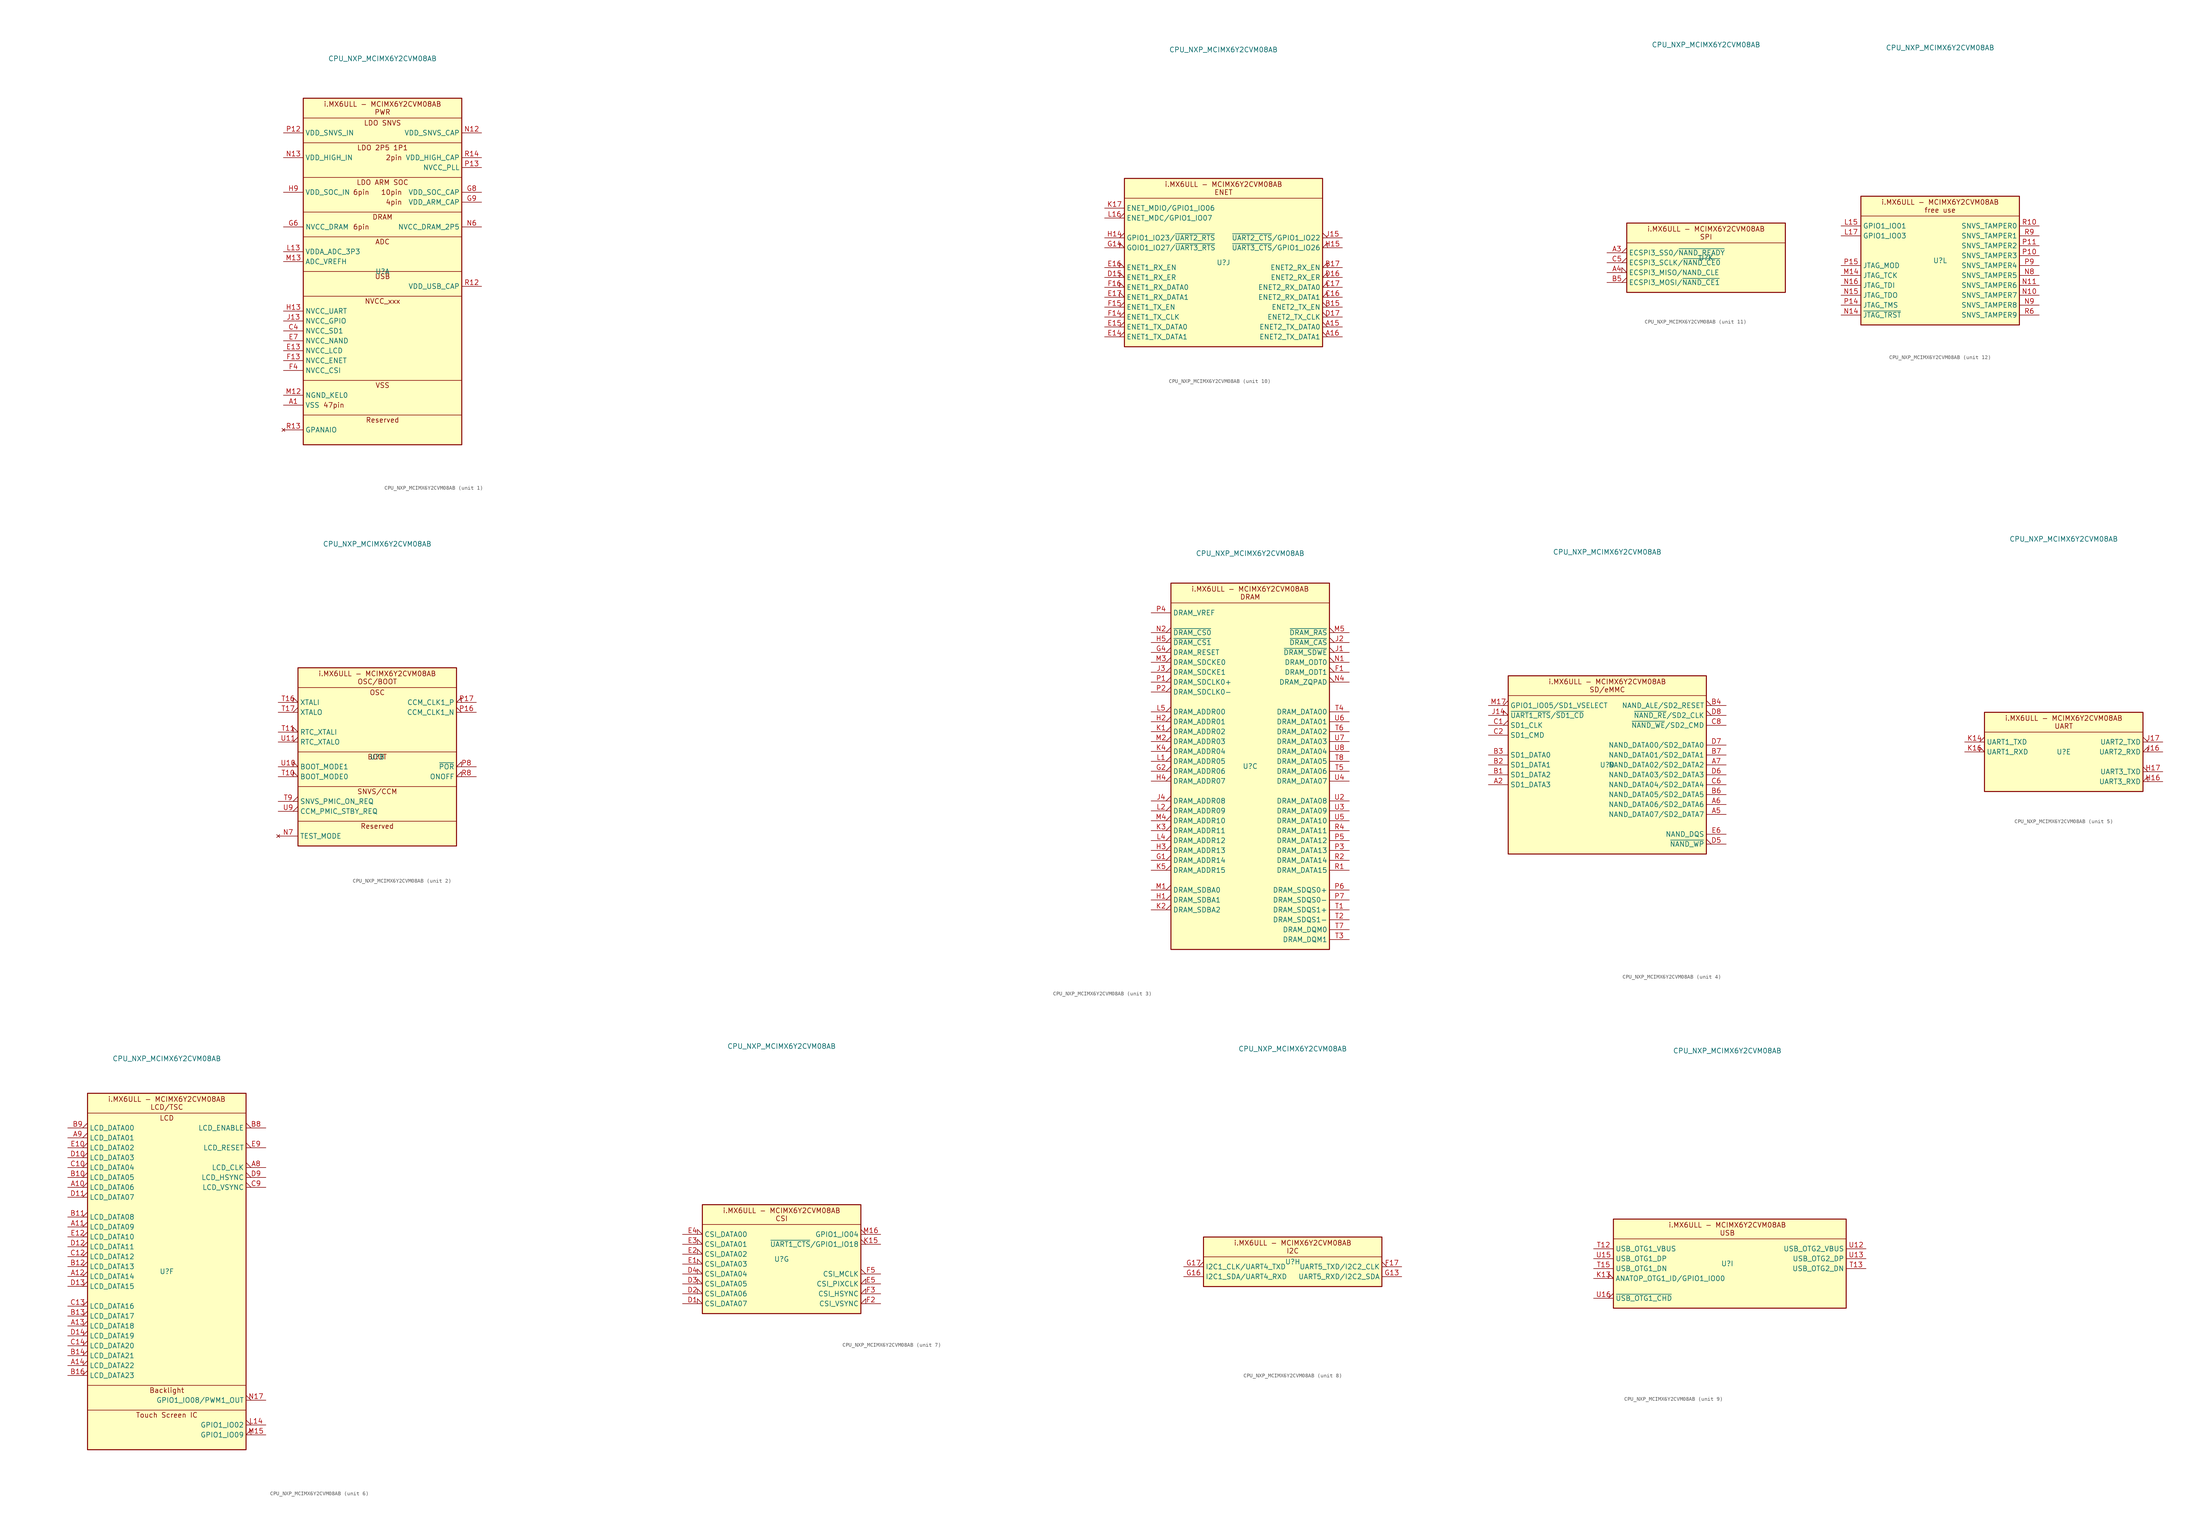
<source format=kicad_sym>
(kicad_symbol_lib
  (version 20231120)
  (generator "kicad_symbol_editor")
  (generator_version "8.0")
  (symbol "CPU_NXP_MCIMX6Y2CVM08AB"
    (property "Reference" "U"
      (at 0 0 0)
      (effects (font (size 1.27 1.27))))
    (property "Value" "CPU_NXP_MCIMX6Y2CVM08AB"
      (at 0 54.61 0)
      (effects (font (size 1.27 1.27))))
    (property "ki_locked" ""
      (at 0 0 0)
      (effects (font (size 1.27 1.27))))
    (symbol "CPU_NXP_MCIMX6Y2CVM08AB_1_1"
      (unit_name "Unit A - PWR")
      (rectangle (start -20.32 44.45) (end 20.32 -44.45) (stroke (width 0.254) (type default)) (fill (type background)))
      (polyline (pts (xy -20.32 -36.83) (xy 20.32 -36.83)) (stroke (width 0) (type default)) (fill (type none)))
      (polyline (pts (xy -20.32 -27.94) (xy 20.32 -27.94)) (stroke (width 0) (type default)) (fill (type none)))
      (polyline (pts (xy -20.32 -6.35) (xy 20.32 -6.35)) (stroke (width 0) (type default)) (fill (type none)))
      (polyline (pts (xy -20.32 0) (xy 20.32 0)) (stroke (width 0) (type default)) (fill (type none)))
      (polyline (pts (xy -20.32 8.89) (xy 20.32 8.89)) (stroke (width 0) (type default)) (fill (type none)))
      (polyline (pts (xy -20.32 15.24) (xy 20.32 15.24)) (stroke (width 0) (type default)) (fill (type none)))
      (polyline (pts (xy -20.32 24.13) (xy 20.32 24.13)) (stroke (width 0) (type default)) (fill (type none)))
      (polyline (pts (xy -20.32 33.02) (xy 20.32 33.02)) (stroke (width 0) (type default)) (fill (type none)))
      (polyline (pts (xy -20.32 39.37) (xy 20.32 39.37)) (stroke (width 0) (type default)) (fill (type none)))
      (text "10pin" (at 5.08 20.32 0) (effects (font (size 1.27 1.27)) (justify right)))
      (text "2pin" (at 5.08 29.21 0) (effects (font (size 1.27 1.27)) (justify right)))
      (text "47pin" (at -15.24 -34.29 0) (effects (font (size 1.27 1.27)) (justify left)))
      (text "4pin" (at 5.08 17.78 0) (effects (font (size 1.27 1.27)) (justify right)))
      (text "6pin" (at -7.62 11.43 0) (effects (font (size 1.27 1.27)) (justify left)))
      (text "6pin" (at -7.62 20.32 0) (effects (font (size 1.27 1.27)) (justify left)))
      (text "ADC" (at 0 7.62 0) (effects (font (size 1.27 1.27))))
      (text "DRAM" (at 0 13.97 0) (effects (font (size 1.27 1.27))))
      (text "i.MX6ULL - MCIMX6Y2CVM08AB\nPWR" (at 0 41.91 0) (effects (font (size 1.27 1.27))))
      (text "LDO 2P5 1P1" (at 0 31.75 0) (effects (font (size 1.27 1.27))))
      (text private "NVCC_DRAM:\n	LPDDR2, 1.2V. DDR3L, 1.35V. DDR3, 1.5V\n\nNVCC_DRAM_2P5:\n	2.5V, Board-level connection to VDD_HIGH_CAP." (at 50.8 38.1 0) (effects (font (size 1.27 1.27)) (justify left top)))
      (text "LDO ARM SOC" (at 0 22.86 0) (effects (font (size 1.27 1.27))))
      (text "LDO SNVS" (at 0 38.1 0) (effects (font (size 1.27 1.27))))
      (text "NVCC_xxx" (at 0 -7.62 0) (effects (font (size 1.27 1.27))))
      (text private "Total: 92 pins." (at -20.32 45.72 0) (effects (font (size 1.27 1.27)) (justify left)))
      (text "Reserved" (at 0 -38.1 0) (effects (font (size 1.27 1.27))))
      (text "USB" (at 0 -1.27 0) (effects (font (size 1.27 1.27))))
      (text private "VDDA_ADC_3P3:\n	must be powered even\n	if the ADC is not used.\nADC_VREFH:\n	tied to VDDA_ADC_3P3.\n\nNGND_KEL0:\n	tied to GND.\n\nGPANIO:\n	reserved, unconnected." (at -76.2 38.1 0) (effects (font (size 1.27 1.27)) (justify left top)))
      (text "VSS" (at 0 -29.21 0) (effects (font (size 1.27 1.27))))
      (pin power_in line (at -25.4 -34.29 0) (length 5.08) (name "VSS" (effects (font (size 1.27 1.27)))) (number "A1" (effects (font (size 1.27 1.27)))))
      (pin passive line (at -25.4 -34.29 0) (length 5.08) hide (name "VSS" (effects (font (size 1.27 1.27)))) (number "A17" (effects (font (size 1.27 1.27)))))
      (pin passive line (at -25.4 -34.29 0) (length 5.08) hide (name "VSS" (effects (font (size 1.27 1.27)))) (number "C11" (effects (font (size 1.27 1.27)))))
      (pin passive line (at -25.4 -34.29 0) (length 5.08) hide (name "VSS" (effects (font (size 1.27 1.27)))) (number "C15" (effects (font (size 1.27 1.27)))))
      (pin passive line (at -25.4 -34.29 0) (length 5.08) hide (name "VSS" (effects (font (size 1.27 1.27)))) (number "C3" (effects (font (size 1.27 1.27)))))
      (pin power_in line (at -25.4 -15.24 0) (length 5.08) (name "NVCC_SD1" (effects (font (size 1.27 1.27)))) (number "C4" (effects (font (size 1.27 1.27)))))
      (pin passive line (at -25.4 -34.29 0) (length 5.08) hide (name "VSS" (effects (font (size 1.27 1.27)))) (number "C7" (effects (font (size 1.27 1.27)))))
      (pin passive line (at -25.4 -34.29 0) (length 5.08) hide (name "VSS" (effects (font (size 1.27 1.27)))) (number "E11" (effects (font (size 1.27 1.27)))))
      (pin power_in line (at -25.4 -20.32 0) (length 5.08) (name "NVCC_LCD" (effects (font (size 1.27 1.27)))) (number "E13" (effects (font (size 1.27 1.27)))))
      (pin power_in line (at -25.4 -17.78 0) (length 5.08) (name "NVCC_NAND" (effects (font (size 1.27 1.27)))) (number "E7" (effects (font (size 1.27 1.27)))))
      (pin passive line (at -25.4 -34.29 0) (length 5.08) hide (name "VSS" (effects (font (size 1.27 1.27)))) (number "E8" (effects (font (size 1.27 1.27)))))
      (pin passive line (at -25.4 -34.29 0) (length 5.08) hide (name "VSS" (effects (font (size 1.27 1.27)))) (number "F10" (effects (font (size 1.27 1.27)))))
      (pin passive line (at -25.4 -34.29 0) (length 5.08) hide (name "VSS" (effects (font (size 1.27 1.27)))) (number "F11" (effects (font (size 1.27 1.27)))))
      (pin passive line (at -25.4 -34.29 0) (length 5.08) hide (name "VSS" (effects (font (size 1.27 1.27)))) (number "F12" (effects (font (size 1.27 1.27)))))
      (pin power_in line (at -25.4 -22.86 0) (length 5.08) (name "NVCC_ENET" (effects (font (size 1.27 1.27)))) (number "F13" (effects (font (size 1.27 1.27)))))
      (pin power_in line (at -25.4 -25.4 0) (length 5.08) (name "NVCC_CSI" (effects (font (size 1.27 1.27)))) (number "F4" (effects (font (size 1.27 1.27)))))
      (pin passive line (at -25.4 -34.29 0) (length 5.08) hide (name "VSS" (effects (font (size 1.27 1.27)))) (number "F6" (effects (font (size 1.27 1.27)))))
      (pin passive line (at -25.4 -34.29 0) (length 5.08) hide (name "VSS" (effects (font (size 1.27 1.27)))) (number "F7" (effects (font (size 1.27 1.27)))))
      (pin passive line (at -25.4 -34.29 0) (length 5.08) hide (name "VSS" (effects (font (size 1.27 1.27)))) (number "F8" (effects (font (size 1.27 1.27)))))
      (pin passive line (at -25.4 -34.29 0) (length 5.08) hide (name "VSS" (effects (font (size 1.27 1.27)))) (number "F9" (effects (font (size 1.27 1.27)))))
      (pin passive line (at 25.4 17.78 180) (length 5.08) hide (name "VDD_ARM_CAP" (effects (font (size 1.27 1.27)))) (number "G10" (effects (font (size 1.27 1.27)))))
      (pin passive line (at 25.4 17.78 180) (length 5.08) hide (name "VDD_ARM_CAP" (effects (font (size 1.27 1.27)))) (number "G11" (effects (font (size 1.27 1.27)))))
      (pin passive line (at -25.4 -34.29 0) (length 5.08) hide (name "VSS" (effects (font (size 1.27 1.27)))) (number "G12" (effects (font (size 1.27 1.27)))))
      (pin passive line (at -25.4 -34.29 0) (length 5.08) hide (name "VSS" (effects (font (size 1.27 1.27)))) (number "G15" (effects (font (size 1.27 1.27)))))
      (pin passive line (at -25.4 -34.29 0) (length 5.08) hide (name "VSS" (effects (font (size 1.27 1.27)))) (number "G3" (effects (font (size 1.27 1.27)))))
      (pin passive line (at -25.4 -34.29 0) (length 5.08) hide (name "VSS" (effects (font (size 1.27 1.27)))) (number "G5" (effects (font (size 1.27 1.27)))))
      (pin power_in line (at -25.4 11.43 0) (length 5.08) (name "NVCC_DRAM" (effects (font (size 1.27 1.27)))) (number "G6" (effects (font (size 1.27 1.27)))))
      (pin passive line (at -25.4 -34.29 0) (length 5.08) hide (name "VSS" (effects (font (size 1.27 1.27)))) (number "G7" (effects (font (size 1.27 1.27)))))
      (pin power_out line (at 25.4 20.32 180) (length 5.08) (name "VDD_SOC_CAP" (effects (font (size 1.27 1.27)))) (number "G8" (effects (font (size 1.27 1.27)))))
      (pin power_out line (at 25.4 17.78 180) (length 5.08) (name "VDD_ARM_CAP" (effects (font (size 1.27 1.27)))) (number "G9" (effects (font (size 1.27 1.27)))))
      (pin passive line (at -25.4 20.32 0) (length 5.08) hide (name "VDD_SOC_IN" (effects (font (size 1.27 1.27)))) (number "H10" (effects (font (size 1.27 1.27)))))
      (pin passive line (at 25.4 17.78 180) (length 5.08) hide (name "VDD_ARM_CAP" (effects (font (size 1.27 1.27)))) (number "H11" (effects (font (size 1.27 1.27)))))
      (pin passive line (at -25.4 -34.29 0) (length 5.08) hide (name "VSS" (effects (font (size 1.27 1.27)))) (number "H12" (effects (font (size 1.27 1.27)))))
      (pin power_in line (at -25.4 -10.16 0) (length 5.08) (name "NVCC_UART" (effects (font (size 1.27 1.27)))) (number "H13" (effects (font (size 1.27 1.27)))))
      (pin passive line (at -25.4 11.43 0) (length 5.08) hide (name "NVCC_DRAM" (effects (font (size 1.27 1.27)))) (number "H6" (effects (font (size 1.27 1.27)))))
      (pin passive line (at -25.4 -34.29 0) (length 5.08) hide (name "VSS" (effects (font (size 1.27 1.27)))) (number "H7" (effects (font (size 1.27 1.27)))))
      (pin passive line (at 25.4 20.32 180) (length 5.08) hide (name "VDD_SOC_CAP" (effects (font (size 1.27 1.27)))) (number "H8" (effects (font (size 1.27 1.27)))))
      (pin power_in line (at -25.4 20.32 0) (length 5.08) (name "VDD_SOC_IN" (effects (font (size 1.27 1.27)))) (number "H9" (effects (font (size 1.27 1.27)))))
      (pin passive line (at -25.4 20.32 0) (length 5.08) hide (name "VDD_SOC_IN" (effects (font (size 1.27 1.27)))) (number "J10" (effects (font (size 1.27 1.27)))))
      (pin passive line (at 25.4 20.32 180) (length 5.08) hide (name "VDD_SOC_CAP" (effects (font (size 1.27 1.27)))) (number "J11" (effects (font (size 1.27 1.27)))))
      (pin passive line (at -25.4 -34.29 0) (length 5.08) hide (name "VSS" (effects (font (size 1.27 1.27)))) (number "J12" (effects (font (size 1.27 1.27)))))
      (pin power_in line (at -25.4 -12.7 0) (length 5.08) (name "NVCC_GPIO" (effects (font (size 1.27 1.27)))) (number "J13" (effects (font (size 1.27 1.27)))))
      (pin passive line (at -25.4 -34.29 0) (length 5.08) hide (name "VSS" (effects (font (size 1.27 1.27)))) (number "J5" (effects (font (size 1.27 1.27)))))
      (pin passive line (at -25.4 11.43 0) (length 5.08) hide (name "NVCC_DRAM" (effects (font (size 1.27 1.27)))) (number "J6" (effects (font (size 1.27 1.27)))))
      (pin passive line (at -25.4 -34.29 0) (length 5.08) hide (name "VSS" (effects (font (size 1.27 1.27)))) (number "J7" (effects (font (size 1.27 1.27)))))
      (pin passive line (at 25.4 20.32 180) (length 5.08) hide (name "VDD_SOC_CAP" (effects (font (size 1.27 1.27)))) (number "J8" (effects (font (size 1.27 1.27)))))
      (pin passive line (at -25.4 20.32 0) (length 5.08) hide (name "VDD_SOC_IN" (effects (font (size 1.27 1.27)))) (number "J9" (effects (font (size 1.27 1.27)))))
      (pin passive line (at -25.4 20.32 0) (length 5.08) hide (name "VDD_SOC_IN" (effects (font (size 1.27 1.27)))) (number "K10" (effects (font (size 1.27 1.27)))))
      (pin passive line (at 25.4 20.32 180) (length 5.08) hide (name "VDD_SOC_CAP" (effects (font (size 1.27 1.27)))) (number "K11" (effects (font (size 1.27 1.27)))))
      (pin passive line (at -25.4 -34.29 0) (length 5.08) hide (name "VSS" (effects (font (size 1.27 1.27)))) (number "K12" (effects (font (size 1.27 1.27)))))
      (pin passive line (at -25.4 11.43 0) (length 5.08) hide (name "NVCC_DRAM" (effects (font (size 1.27 1.27)))) (number "K6" (effects (font (size 1.27 1.27)))))
      (pin passive line (at -25.4 -34.29 0) (length 5.08) hide (name "VSS" (effects (font (size 1.27 1.27)))) (number "K7" (effects (font (size 1.27 1.27)))))
      (pin passive line (at 25.4 20.32 180) (length 5.08) hide (name "VDD_SOC_CAP" (effects (font (size 1.27 1.27)))) (number "K8" (effects (font (size 1.27 1.27)))))
      (pin passive line (at -25.4 20.32 0) (length 5.08) hide (name "VDD_SOC_IN" (effects (font (size 1.27 1.27)))) (number "K9" (effects (font (size 1.27 1.27)))))
      (pin passive line (at 25.4 20.32 180) (length 5.08) hide (name "VDD_SOC_CAP" (effects (font (size 1.27 1.27)))) (number "L10" (effects (font (size 1.27 1.27)))))
      (pin passive line (at 25.4 20.32 180) (length 5.08) hide (name "VDD_SOC_CAP" (effects (font (size 1.27 1.27)))) (number "L11" (effects (font (size 1.27 1.27)))))
      (pin passive line (at -25.4 -34.29 0) (length 5.08) hide (name "VSS" (effects (font (size 1.27 1.27)))) (number "L12" (effects (font (size 1.27 1.27)))))
      (pin power_in line (at -25.4 5.08 0) (length 5.08) (name "VDDA_ADC_3P3" (effects (font (size 1.27 1.27)))) (number "L13" (effects (font (size 1.27 1.27)))))
      (pin passive line (at -25.4 -34.29 0) (length 5.08) hide (name "VSS" (effects (font (size 1.27 1.27)))) (number "L3" (effects (font (size 1.27 1.27)))))
      (pin passive line (at -25.4 11.43 0) (length 5.08) hide (name "NVCC_DRAM" (effects (font (size 1.27 1.27)))) (number "L6" (effects (font (size 1.27 1.27)))))
      (pin passive line (at -25.4 -34.29 0) (length 5.08) hide (name "VSS" (effects (font (size 1.27 1.27)))) (number "L7" (effects (font (size 1.27 1.27)))))
      (pin passive line (at 25.4 20.32 180) (length 5.08) hide (name "VDD_SOC_CAP" (effects (font (size 1.27 1.27)))) (number "L8" (effects (font (size 1.27 1.27)))))
      (pin passive line (at 25.4 20.32 180) (length 5.08) hide (name "VDD_SOC_CAP" (effects (font (size 1.27 1.27)))) (number "L9" (effects (font (size 1.27 1.27)))))
      (pin passive line (at -25.4 -34.29 0) (length 5.08) hide (name "VSS" (effects (font (size 1.27 1.27)))) (number "M10" (effects (font (size 1.27 1.27)))))
      (pin passive line (at -25.4 -34.29 0) (length 5.08) hide (name "VSS" (effects (font (size 1.27 1.27)))) (number "M11" (effects (font (size 1.27 1.27)))))
      (pin power_in line (at -25.4 -31.75 0) (length 5.08) (name "NGND_KEL0" (effects (font (size 1.27 1.27)))) (number "M12" (effects (font (size 1.27 1.27)))))
      (pin power_in line (at -25.4 2.54 0) (length 5.08) (name "ADC_VREFH" (effects (font (size 1.27 1.27)))) (number "M13" (effects (font (size 1.27 1.27)))))
      (pin passive line (at -25.4 11.43 0) (length 5.08) hide (name "NVCC_DRAM" (effects (font (size 1.27 1.27)))) (number "M6" (effects (font (size 1.27 1.27)))))
      (pin passive line (at -25.4 -34.29 0) (length 5.08) hide (name "VSS" (effects (font (size 1.27 1.27)))) (number "M7" (effects (font (size 1.27 1.27)))))
      (pin passive line (at -25.4 -34.29 0) (length 5.08) hide (name "VSS" (effects (font (size 1.27 1.27)))) (number "M8" (effects (font (size 1.27 1.27)))))
      (pin passive line (at -25.4 -34.29 0) (length 5.08) hide (name "VSS" (effects (font (size 1.27 1.27)))) (number "M9" (effects (font (size 1.27 1.27)))))
      (pin power_out line (at 25.4 35.56 180) (length 5.08) (name "VDD_SNVS_CAP" (effects (font (size 1.27 1.27)))) (number "N12" (effects (font (size 1.27 1.27)))))
      (pin power_in line (at -25.4 29.21 0) (length 5.08) (name "VDD_HIGH_IN" (effects (font (size 1.27 1.27)))) (number "N13" (effects (font (size 1.27 1.27)))))
      (pin passive line (at -25.4 -34.29 0) (length 5.08) hide (name "VSS" (effects (font (size 1.27 1.27)))) (number "N3" (effects (font (size 1.27 1.27)))))
      (pin passive line (at -25.4 -34.29 0) (length 5.08) hide (name "VSS" (effects (font (size 1.27 1.27)))) (number "N5" (effects (font (size 1.27 1.27)))))
      (pin power_in line (at 25.4 11.43 180) (length 5.08) (name "NVCC_DRAM_2P5" (effects (font (size 1.27 1.27)))) (number "N6" (effects (font (size 1.27 1.27)))))
      (pin power_in line (at -25.4 35.56 0) (length 5.08) (name "VDD_SNVS_IN" (effects (font (size 1.27 1.27)))) (number "P12" (effects (font (size 1.27 1.27)))))
      (pin power_out line (at 25.4 26.67 180) (length 5.08) (name "NVCC_PLL" (effects (font (size 1.27 1.27)))) (number "P13" (effects (font (size 1.27 1.27)))))
      (pin passive line (at -25.4 -34.29 0) (length 5.08) hide (name "VSS" (effects (font (size 1.27 1.27)))) (number "R11" (effects (font (size 1.27 1.27)))))
      (pin power_out line (at 25.4 -3.81 180) (length 5.08) (name "VDD_USB_CAP" (effects (font (size 1.27 1.27)))) (number "R12" (effects (font (size 1.27 1.27)))))
      (pin no_connect line (at -25.4 -40.64 0) (length 5.08) (name "GPANAIO" (effects (font (size 1.27 1.27)))) (number "R13" (effects (font (size 1.27 1.27)))))
      (pin power_out line (at 25.4 29.21 180) (length 5.08) (name "VDD_HIGH_CAP" (effects (font (size 1.27 1.27)))) (number "R14" (effects (font (size 1.27 1.27)))))
      (pin passive line (at 25.4 29.21 180) (length 5.08) hide (name "VDD_HIGH_CAP" (effects (font (size 1.27 1.27)))) (number "R15" (effects (font (size 1.27 1.27)))))
      (pin passive line (at -25.4 -34.29 0) (length 5.08) hide (name "VSS" (effects (font (size 1.27 1.27)))) (number "R16" (effects (font (size 1.27 1.27)))))
      (pin passive line (at -25.4 -34.29 0) (length 5.08) hide (name "VSS" (effects (font (size 1.27 1.27)))) (number "R17" (effects (font (size 1.27 1.27)))))
      (pin passive line (at -25.4 -34.29 0) (length 5.08) hide (name "VSS" (effects (font (size 1.27 1.27)))) (number "R3" (effects (font (size 1.27 1.27)))))
      (pin passive line (at -25.4 -34.29 0) (length 5.08) hide (name "VSS" (effects (font (size 1.27 1.27)))) (number "R5" (effects (font (size 1.27 1.27)))))
      (pin passive line (at -25.4 -34.29 0) (length 5.08) hide (name "VSS" (effects (font (size 1.27 1.27)))) (number "R7" (effects (font (size 1.27 1.27)))))
      (pin passive line (at -25.4 -34.29 0) (length 5.08) hide (name "VSS" (effects (font (size 1.27 1.27)))) (number "T14" (effects (font (size 1.27 1.27)))))
      (pin passive line (at -25.4 -34.29 0) (length 5.08) hide (name "VSS" (effects (font (size 1.27 1.27)))) (number "U1" (effects (font (size 1.27 1.27)))))
      (pin passive line (at -25.4 -34.29 0) (length 5.08) hide (name "VSS" (effects (font (size 1.27 1.27)))) (number "U14" (effects (font (size 1.27 1.27)))))
      (pin passive line (at -25.4 -34.29 0) (length 5.08) hide (name "VSS" (effects (font (size 1.27 1.27)))) (number "U17" (effects (font (size 1.27 1.27))))))
    (symbol "CPU_NXP_MCIMX6Y2CVM08AB_2_1"
      (unit_name "Unit B - OSC/BOOT")
      (rectangle (start -20.32 22.86) (end 20.32 -22.86) (stroke (width 0.254) (type default)) (fill (type background)))
      (polyline (pts (xy -20.32 -16.51) (xy 20.32 -16.51)) (stroke (width 0) (type default)) (fill (type none)))
      (polyline (pts (xy -20.32 -7.62) (xy 20.32 -7.62)) (stroke (width 0) (type default)) (fill (type none)))
      (polyline (pts (xy -20.32 1.27) (xy 20.32 1.27)) (stroke (width 0) (type default)) (fill (type none)))
      (polyline (pts (xy -20.32 17.78) (xy 20.32 17.78)) (stroke (width 0) (type default)) (fill (type none)))
      (text private "CCM_CLK1_P, CCM_CLK1_N:\n	unconnected if not used.\n\n~{POR}:\n	internal 100k pull up.\nONOFF:\n	internal 100k pull up, pull down to reset chip." (at 38.1 12.7 0) (effects (font (size 1.27 1.27)) (justify left top)))
      (text "BOOT" (at 0 0 0) (effects (font (size 1.27 1.27))))
      (text "i.MX6ULL - MCIMX6Y2CVM08AB\nOSC/BOOT" (at 0 20.32 0) (effects (font (size 1.27 1.27))))
      (text private "Total: 13 pins." (at -20.32 24.13 0) (effects (font (size 1.27 1.27)) (justify left)))
      (text "OSC" (at 0 16.51 0) (effects (font (size 1.27 1.27))))
      (text private "XTALI, XTALO:\n	24MHz.\nRTC_XTALI, RTC_XTALO:\n	32.768kHz.\n\nBOOT_MODE1,BOOT_MODE0:\n	internal 100k pull down.\n00: efuse.\n01: serial download.\n10: internal boot.\n11: reserved.\n\nTEST_MODE:\n	reserved,\n	unconnected or tied to GND." (at -76.2 12.7 0) (effects (font (size 1.27 1.27)) (justify left top)))
      (text "Reserved" (at 0 -17.78 0) (effects (font (size 1.27 1.27))))
      (text "SNVS/CCM" (at 0 -8.89 0) (effects (font (size 1.27 1.27))))
      (pin no_connect line (at -25.4 -20.32 0) (length 5.08) (name "TEST_MODE" (effects (font (size 1.27 1.27)))) (number "N7" (effects (font (size 1.27 1.27)))))
      (pin output output_low (at 25.4 11.43 180) (length 5.08) (name "CCM_CLK1_N" (effects (font (size 1.27 1.27)))) (number "P16" (effects (font (size 1.27 1.27)))))
      (pin input input_low (at 25.4 13.97 180) (length 5.08) (name "CCM_CLK1_P" (effects (font (size 1.27 1.27)))) (number "P17" (effects (font (size 1.27 1.27)))))
      (pin input input_low (at 25.4 -2.54 180) (length 5.08) (name "~{POR}" (effects (font (size 1.27 1.27)))) (number "P8" (effects (font (size 1.27 1.27)))))
      (pin input input_low (at 25.4 -5.08 180) (length 5.08) (name "ONOFF" (effects (font (size 1.27 1.27)))) (number "R8" (effects (font (size 1.27 1.27)))))
      (pin input input_low (at -25.4 -5.08 0) (length 5.08) (name "BOOT_MODE0" (effects (font (size 1.27 1.27)))) (number "T10" (effects (font (size 1.27 1.27)))))
      (pin input input_low (at -25.4 6.35 0) (length 5.08) (name "RTC_XTALI" (effects (font (size 1.27 1.27)))) (number "T11" (effects (font (size 1.27 1.27)))))
      (pin input input_low (at -25.4 13.97 0) (length 5.08) (name "XTALI" (effects (font (size 1.27 1.27)))) (number "T16" (effects (font (size 1.27 1.27)))))
      (pin output output_low (at -25.4 11.43 0) (length 5.08) (name "XTALO" (effects (font (size 1.27 1.27)))) (number "T17" (effects (font (size 1.27 1.27)))))
      (pin output output_low (at -25.4 -11.43 0) (length 5.08) (name "SNVS_PMIC_ON_REQ" (effects (font (size 1.27 1.27)))) (number "T9" (effects (font (size 1.27 1.27)))))
      (pin input input_low (at -25.4 -2.54 0) (length 5.08) (name "BOOT_MODE1" (effects (font (size 1.27 1.27)))) (number "U10" (effects (font (size 1.27 1.27)))))
      (pin output output_low (at -25.4 3.81 0) (length 5.08) (name "RTC_XTALO" (effects (font (size 1.27 1.27)))) (number "U11" (effects (font (size 1.27 1.27)))))
      (pin output output_low (at -25.4 -13.97 0) (length 5.08) (name "CCM_PMIC_STBY_REQ" (effects (font (size 1.27 1.27)))) (number "U9" (effects (font (size 1.27 1.27))))))
    (symbol "CPU_NXP_MCIMX6Y2CVM08AB_3_1"
      (unit_name "Unit C - DRAM")
      (rectangle (start -20.32 46.99) (end 20.32 -46.99) (stroke (width 0.254) (type default)) (fill (type background)))
      (polyline (pts (xy -20.32 41.91) (xy 20.32 41.91)) (stroke (width 0) (type default)) (fill (type none)))
      (text private "DRAM_VREF:\n	must be half of NVCC_DRAM.\n	Use a 1 kohm 0.5% resistor to GND and a 1 kohm 0.5%\n	resistor to NVCC_DRAM. Shunt each resistor with a\n	closely-mounted 0.1 uF capacitor." (at -101.6 38.1 0) (effects (font (size 1.27 1.27)) (justify left top)))
      (text private "Total: 55 pins." (at -20.32 48.26 0) (effects (font (size 1.27 1.27)) (justify left)))
      (text "i.MX6ULL - MCIMX6Y2CVM08AB\nDRAM" (at 0 44.45 0) (effects (font (size 1.27 1.27))))
      (pin output output_low (at 25.4 24.13 180) (length 5.08) (name "DRAM_ODT1" (effects (font (size 1.27 1.27)))) (number "F1" (effects (font (size 1.27 1.27)))))
      (pin output output_low (at -25.4 -24.13 0) (length 5.08) (name "DRAM_ADDR14" (effects (font (size 1.27 1.27)))) (number "G1" (effects (font (size 1.27 1.27)))))
      (pin output output_low (at -25.4 -1.27 0) (length 5.08) (name "DRAM_ADDR06" (effects (font (size 1.27 1.27)))) (number "G2" (effects (font (size 1.27 1.27)))))
      (pin output output_low (at -25.4 29.21 0) (length 5.08) (name "DRAM_RESET" (effects (font (size 1.27 1.27)))) (number "G4" (effects (font (size 1.27 1.27)))))
      (pin output output_low (at -25.4 -34.29 0) (length 5.08) (name "DRAM_SDBA1" (effects (font (size 1.27 1.27)))) (number "H1" (effects (font (size 1.27 1.27)))))
      (pin output output_low (at -25.4 11.43 0) (length 5.08) (name "DRAM_ADDR01" (effects (font (size 1.27 1.27)))) (number "H2" (effects (font (size 1.27 1.27)))))
      (pin output output_low (at -25.4 -21.59 0) (length 5.08) (name "DRAM_ADDR13" (effects (font (size 1.27 1.27)))) (number "H3" (effects (font (size 1.27 1.27)))))
      (pin output output_low (at -25.4 -3.81 0) (length 5.08) (name "DRAM_ADDR07" (effects (font (size 1.27 1.27)))) (number "H4" (effects (font (size 1.27 1.27)))))
      (pin output output_low (at -25.4 31.75 0) (length 5.08) (name "~{DRAM_CS1}" (effects (font (size 1.27 1.27)))) (number "H5" (effects (font (size 1.27 1.27)))))
      (pin output output_low (at 25.4 29.21 180) (length 5.08) (name "~{DRAM_SDWE}" (effects (font (size 1.27 1.27)))) (number "J1" (effects (font (size 1.27 1.27)))))
      (pin output output_low (at 25.4 31.75 180) (length 5.08) (name "~{DRAM_CAS}" (effects (font (size 1.27 1.27)))) (number "J2" (effects (font (size 1.27 1.27)))))
      (pin output output_low (at -25.4 24.13 0) (length 5.08) (name "DRAM_SDCKE1" (effects (font (size 1.27 1.27)))) (number "J3" (effects (font (size 1.27 1.27)))))
      (pin output output_low (at -25.4 -8.89 0) (length 5.08) (name "DRAM_ADDR08" (effects (font (size 1.27 1.27)))) (number "J4" (effects (font (size 1.27 1.27)))))
      (pin output output_low (at -25.4 8.89 0) (length 5.08) (name "DRAM_ADDR02" (effects (font (size 1.27 1.27)))) (number "K1" (effects (font (size 1.27 1.27)))))
      (pin output output_low (at -25.4 -36.83 0) (length 5.08) (name "DRAM_SDBA2" (effects (font (size 1.27 1.27)))) (number "K2" (effects (font (size 1.27 1.27)))))
      (pin output output_low (at -25.4 -16.51 0) (length 5.08) (name "DRAM_ADDR11" (effects (font (size 1.27 1.27)))) (number "K3" (effects (font (size 1.27 1.27)))))
      (pin output output_low (at -25.4 3.81 0) (length 5.08) (name "DRAM_ADDR04" (effects (font (size 1.27 1.27)))) (number "K4" (effects (font (size 1.27 1.27)))))
      (pin output output_low (at -25.4 -26.67 0) (length 5.08) (name "DRAM_ADDR15" (effects (font (size 1.27 1.27)))) (number "K5" (effects (font (size 1.27 1.27)))))
      (pin output output_low (at -25.4 1.27 0) (length 5.08) (name "DRAM_ADDR05" (effects (font (size 1.27 1.27)))) (number "L1" (effects (font (size 1.27 1.27)))))
      (pin output output_low (at -25.4 -11.43 0) (length 5.08) (name "DRAM_ADDR09" (effects (font (size 1.27 1.27)))) (number "L2" (effects (font (size 1.27 1.27)))))
      (pin output output_low (at -25.4 -19.05 0) (length 5.08) (name "DRAM_ADDR12" (effects (font (size 1.27 1.27)))) (number "L4" (effects (font (size 1.27 1.27)))))
      (pin output output_low (at -25.4 13.97 0) (length 5.08) (name "DRAM_ADDR00" (effects (font (size 1.27 1.27)))) (number "L5" (effects (font (size 1.27 1.27)))))
      (pin output output_low (at -25.4 -31.75 0) (length 5.08) (name "DRAM_SDBA0" (effects (font (size 1.27 1.27)))) (number "M1" (effects (font (size 1.27 1.27)))))
      (pin output output_low (at -25.4 6.35 0) (length 5.08) (name "DRAM_ADDR03" (effects (font (size 1.27 1.27)))) (number "M2" (effects (font (size 1.27 1.27)))))
      (pin output output_low (at -25.4 26.67 0) (length 5.08) (name "DRAM_SDCKE0" (effects (font (size 1.27 1.27)))) (number "M3" (effects (font (size 1.27 1.27)))))
      (pin output output_low (at -25.4 -13.97 0) (length 5.08) (name "DRAM_ADDR10" (effects (font (size 1.27 1.27)))) (number "M4" (effects (font (size 1.27 1.27)))))
      (pin output output_low (at 25.4 34.29 180) (length 5.08) (name "~{DRAM_RAS}" (effects (font (size 1.27 1.27)))) (number "M5" (effects (font (size 1.27 1.27)))))
      (pin output output_low (at 25.4 26.67 180) (length 5.08) (name "DRAM_ODT0" (effects (font (size 1.27 1.27)))) (number "N1" (effects (font (size 1.27 1.27)))))
      (pin output output_low (at -25.4 34.29 0) (length 5.08) (name "~{DRAM_CS0}" (effects (font (size 1.27 1.27)))) (number "N2" (effects (font (size 1.27 1.27)))))
      (pin passive output_low (at 25.4 21.59 180) (length 5.08) (name "DRAM_ZQPAD" (effects (font (size 1.27 1.27)))) (number "N4" (effects (font (size 1.27 1.27)))))
      (pin output output_low (at -25.4 21.59 0) (length 5.08) (name "DRAM_SDCLK0+" (effects (font (size 1.27 1.27)))) (number "P1" (effects (font (size 1.27 1.27)))))
      (pin output output_low (at -25.4 19.05 0) (length 5.08) (name "DRAM_SDCLK0-" (effects (font (size 1.27 1.27)))) (number "P2" (effects (font (size 1.27 1.27)))))
      (pin bidirectional line (at 25.4 -21.59 180) (length 5.08) (name "DRAM_DATA13" (effects (font (size 1.27 1.27)))) (number "P3" (effects (font (size 1.27 1.27)))))
      (pin power_in line (at -25.4 39.37 0) (length 5.08) (name "DRAM_VREF" (effects (font (size 1.27 1.27)))) (number "P4" (effects (font (size 1.27 1.27)))))
      (pin bidirectional line (at 25.4 -19.05 180) (length 5.08) (name "DRAM_DATA12" (effects (font (size 1.27 1.27)))) (number "P5" (effects (font (size 1.27 1.27)))))
      (pin bidirectional line (at 25.4 -31.75 180) (length 5.08) (name "DRAM_SDQS0+" (effects (font (size 1.27 1.27)))) (number "P6" (effects (font (size 1.27 1.27)))))
      (pin bidirectional line (at 25.4 -34.29 180) (length 5.08) (name "DRAM_SDQS0-" (effects (font (size 1.27 1.27)))) (number "P7" (effects (font (size 1.27 1.27)))))
      (pin bidirectional line (at 25.4 -26.67 180) (length 5.08) (name "DRAM_DATA15" (effects (font (size 1.27 1.27)))) (number "R1" (effects (font (size 1.27 1.27)))))
      (pin bidirectional line (at 25.4 -24.13 180) (length 5.08) (name "DRAM_DATA14" (effects (font (size 1.27 1.27)))) (number "R2" (effects (font (size 1.27 1.27)))))
      (pin bidirectional line (at 25.4 -16.51 180) (length 5.08) (name "DRAM_DATA11" (effects (font (size 1.27 1.27)))) (number "R4" (effects (font (size 1.27 1.27)))))
      (pin bidirectional line (at 25.4 -36.83 180) (length 5.08) (name "DRAM_SDQS1+" (effects (font (size 1.27 1.27)))) (number "T1" (effects (font (size 1.27 1.27)))))
      (pin bidirectional line (at 25.4 -39.37 180) (length 5.08) (name "DRAM_SDQS1-" (effects (font (size 1.27 1.27)))) (number "T2" (effects (font (size 1.27 1.27)))))
      (pin bidirectional line (at 25.4 -44.45 180) (length 5.08) (name "DRAM_DQM1" (effects (font (size 1.27 1.27)))) (number "T3" (effects (font (size 1.27 1.27)))))
      (pin bidirectional line (at 25.4 13.97 180) (length 5.08) (name "DRAM_DATA00" (effects (font (size 1.27 1.27)))) (number "T4" (effects (font (size 1.27 1.27)))))
      (pin bidirectional line (at 25.4 -1.27 180) (length 5.08) (name "DRAM_DATA06" (effects (font (size 1.27 1.27)))) (number "T5" (effects (font (size 1.27 1.27)))))
      (pin bidirectional line (at 25.4 8.89 180) (length 5.08) (name "DRAM_DATA02" (effects (font (size 1.27 1.27)))) (number "T6" (effects (font (size 1.27 1.27)))))
      (pin bidirectional line (at 25.4 -41.91 180) (length 5.08) (name "DRAM_DQM0" (effects (font (size 1.27 1.27)))) (number "T7" (effects (font (size 1.27 1.27)))))
      (pin bidirectional line (at 25.4 1.27 180) (length 5.08) (name "DRAM_DATA05" (effects (font (size 1.27 1.27)))) (number "T8" (effects (font (size 1.27 1.27)))))
      (pin bidirectional line (at 25.4 -8.89 180) (length 5.08) (name "DRAM_DATA08" (effects (font (size 1.27 1.27)))) (number "U2" (effects (font (size 1.27 1.27)))))
      (pin bidirectional line (at 25.4 -11.43 180) (length 5.08) (name "DRAM_DATA09" (effects (font (size 1.27 1.27)))) (number "U3" (effects (font (size 1.27 1.27)))))
      (pin bidirectional line (at 25.4 -3.81 180) (length 5.08) (name "DRAM_DATA07" (effects (font (size 1.27 1.27)))) (number "U4" (effects (font (size 1.27 1.27)))))
      (pin bidirectional line (at 25.4 -13.97 180) (length 5.08) (name "DRAM_DATA10" (effects (font (size 1.27 1.27)))) (number "U5" (effects (font (size 1.27 1.27)))))
      (pin bidirectional line (at 25.4 11.43 180) (length 5.08) (name "DRAM_DATA01" (effects (font (size 1.27 1.27)))) (number "U6" (effects (font (size 1.27 1.27)))))
      (pin bidirectional line (at 25.4 6.35 180) (length 5.08) (name "DRAM_DATA03" (effects (font (size 1.27 1.27)))) (number "U7" (effects (font (size 1.27 1.27)))))
      (pin bidirectional line (at 25.4 3.81 180) (length 5.08) (name "DRAM_DATA04" (effects (font (size 1.27 1.27)))) (number "U8" (effects (font (size 1.27 1.27))))))
    (symbol "CPU_NXP_MCIMX6Y2CVM08AB_4_1"
      (unit_name "Unit D - SD/eMMC")
      (rectangle (start -25.4 22.86) (end 25.4 -22.86) (stroke (width 0.254) (type default)) (fill (type background)))
      (polyline (pts (xy -25.4 17.78) (xy 25.4 17.78)) (stroke (width 0) (type default)) (fill (type none)))
      (text private "NOTE:\n\nSD1 for eMMC, SD2 for SD card.\nSD card does not have RESET pin, so leave SD2_RESET unconnected.\nSD card does not have VSELECT pin, so give GPIO1_IO08 to LCD as PWM.\nIf you do not use dual-power for eMMC (VDDQ 1.8V), leave SD1_VSELECT unconnected.\nConnect a 22R(or 10R) resistor in series on SDn_CLK and SDn_CMD, close to host, for impedance matching.\nboot ROM uses SDn_CMD and SDn_DATA0 without internal pull-up configured, so pull them up to 3.3V via 10k.\nSD2 is in NVCC_NAND domain, power it to 3.3V." (at -38.1 -25.4 0) (effects (font (size 1.27 1.27)) (justify left top)))
      (text "i.MX6ULL - MCIMX6Y2CVM08AB\nSD/eMMC" (at 0 20.32 0) (effects (font (size 1.27 1.27))))
      (text private "Total: 21 pins." (at -25.4 24.13 0) (effects (font (size 1.27 1.27)) (justify left)))
      (pin bidirectional line (at -30.48 -5.08 0) (length 5.08) (name "SD1_DATA3" (effects (font (size 1.27 1.27)))) (number "A2" (effects (font (size 1.27 1.27)))))
      (pin bidirectional line (at 30.48 -12.7 180) (length 5.08) (name "NAND_DATA07/SD2_DATA7" (effects (font (size 1.27 1.27)))) (number "A5" (effects (font (size 1.27 1.27)))))
      (pin bidirectional line (at 30.48 -10.16 180) (length 5.08) (name "NAND_DATA06/SD2_DATA6" (effects (font (size 1.27 1.27)))) (number "A6" (effects (font (size 1.27 1.27)))))
      (pin bidirectional line (at 30.48 0 180) (length 5.08) (name "NAND_DATA02/SD2_DATA2" (effects (font (size 1.27 1.27)))) (number "A7" (effects (font (size 1.27 1.27)))))
      (pin bidirectional line (at -30.48 -2.54 0) (length 5.08) (name "SD1_DATA2" (effects (font (size 1.27 1.27)))) (number "B1" (effects (font (size 1.27 1.27)))))
      (pin bidirectional line (at -30.48 0 0) (length 5.08) (name "SD1_DATA1" (effects (font (size 1.27 1.27)))) (number "B2" (effects (font (size 1.27 1.27)))))
      (pin bidirectional line (at -30.48 2.54 0) (length 5.08) (name "SD1_DATA0" (effects (font (size 1.27 1.27)))) (number "B3" (effects (font (size 1.27 1.27)))))
      (pin output output_low (at 30.48 15.24 180) (length 5.08) (name "NAND_ALE/SD2_RESET" (effects (font (size 1.27 1.27)))) (number "B4" (effects (font (size 1.27 1.27)))))
      (pin bidirectional line (at 30.48 -7.62 180) (length 5.08) (name "NAND_DATA05/SD2_DATA5" (effects (font (size 1.27 1.27)))) (number "B6" (effects (font (size 1.27 1.27)))))
      (pin bidirectional line (at 30.48 2.54 180) (length 5.08) (name "NAND_DATA01/SD2_DATA1" (effects (font (size 1.27 1.27)))) (number "B7" (effects (font (size 1.27 1.27)))))
      (pin output output_low (at -30.48 10.16 0) (length 5.08) (name "SD1_CLK" (effects (font (size 1.27 1.27)))) (number "C1" (effects (font (size 1.27 1.27)))))
      (pin bidirectional line (at -30.48 7.62 0) (length 5.08) (name "SD1_CMD" (effects (font (size 1.27 1.27)))) (number "C2" (effects (font (size 1.27 1.27)))))
      (pin bidirectional line (at 30.48 -5.08 180) (length 5.08) (name "NAND_DATA04/SD2_DATA4" (effects (font (size 1.27 1.27)))) (number "C6" (effects (font (size 1.27 1.27)))))
      (pin bidirectional line (at 30.48 10.16 180) (length 5.08) (name "~{NAND_WE}/SD2_CMD" (effects (font (size 1.27 1.27)))) (number "C8" (effects (font (size 1.27 1.27)))))
      (pin output output_low (at 30.48 -20.32 180) (length 5.08) (name "~{NAND_WP}" (effects (font (size 1.27 1.27)))) (number "D5" (effects (font (size 1.27 1.27)))))
      (pin bidirectional line (at 30.48 -2.54 180) (length 5.08) (name "NAND_DATA03/SD2_DATA3" (effects (font (size 1.27 1.27)))) (number "D6" (effects (font (size 1.27 1.27)))))
      (pin bidirectional line (at 30.48 5.08 180) (length 5.08) (name "NAND_DATA00/SD2_DATA0" (effects (font (size 1.27 1.27)))) (number "D7" (effects (font (size 1.27 1.27)))))
      (pin output output_low (at 30.48 12.7 180) (length 5.08) (name "~{NAND_RE}/SD2_CLK" (effects (font (size 1.27 1.27)))) (number "D8" (effects (font (size 1.27 1.27)))))
      (pin bidirectional line (at 30.48 -17.78 180) (length 5.08) (name "NAND_DQS" (effects (font (size 1.27 1.27)))) (number "E6" (effects (font (size 1.27 1.27)))))
      (pin input input_low (at -30.48 12.7 0) (length 5.08) (name "~{UART1_RTS}/~{SD1_CD}" (effects (font (size 1.27 1.27)))) (number "J14" (effects (font (size 1.27 1.27)))))
      (pin output output_low (at -30.48 15.24 0) (length 5.08) (name "GPIO1_IO05/SD1_VSELECT" (effects (font (size 1.27 1.27)))) (number "M17" (effects (font (size 1.27 1.27))))))
    (symbol "CPU_NXP_MCIMX6Y2CVM08AB_5_1"
      (unit_name "Unit E - UART")
      (rectangle (start -20.32 10.16) (end 20.32 -10.16) (stroke (width 0.254) (type default)) (fill (type background)))
      (polyline (pts (xy -20.32 5.08) (xy 20.32 5.08)) (stroke (width 0) (type default)) (fill (type none)))
      (text "i.MX6ULL - MCIMX6Y2CVM08AB\nUART" (at 0 7.62 0) (effects (font (size 1.27 1.27))))
      (text private "Total: 6 pins." (at -20.32 11.43 0) (effects (font (size 1.27 1.27)) (justify left)))
      (pin input input_low (at 25.4 -7.62 180) (length 5.08) (name "UART3_RXD" (effects (font (size 1.27 1.27)))) (number "H16" (effects (font (size 1.27 1.27)))))
      (pin output output_low (at 25.4 -5.08 180) (length 5.08) (name "UART3_TXD" (effects (font (size 1.27 1.27)))) (number "H17" (effects (font (size 1.27 1.27)))))
      (pin input input_low (at 25.4 0 180) (length 5.08) (name "UART2_RXD" (effects (font (size 1.27 1.27)))) (number "J16" (effects (font (size 1.27 1.27)))))
      (pin output output_low (at 25.4 2.54 180) (length 5.08) (name "UART2_TXD" (effects (font (size 1.27 1.27)))) (number "J17" (effects (font (size 1.27 1.27)))))
      (pin output output_low (at -25.4 2.54 0) (length 5.08) (name "UART1_TXD" (effects (font (size 1.27 1.27)))) (number "K14" (effects (font (size 1.27 1.27)))))
      (pin input input_low (at -25.4 0 0) (length 5.08) (name "UART1_RXD" (effects (font (size 1.27 1.27)))) (number "K16" (effects (font (size 1.27 1.27))))))
    (symbol "CPU_NXP_MCIMX6Y2CVM08AB_6_1"
      (unit_name "Unit F - LCD/TSC")
      (rectangle (start -20.32 45.72) (end 20.32 -45.72) (stroke (width 0.254) (type default)) (fill (type background)))
      (polyline (pts (xy -20.32 -35.56) (xy 20.32 -35.56)) (stroke (width 0) (type default)) (fill (type none)))
      (polyline (pts (xy -20.32 -29.21) (xy 20.32 -29.21)) (stroke (width 0) (type default)) (fill (type none)))
      (polyline (pts (xy -20.32 40.64) (xy 20.32 40.64)) (stroke (width 0) (type default)) (fill (type none)))
      (text "Backlight" (at 0 -30.48 0) (effects (font (size 1.27 1.27))))
      (text "i.MX6ULL - MCIMX6Y2CVM08AB\nLCD/TSC" (at 0 43.18 0) (effects (font (size 1.27 1.27))))
      (text private "LCD_CLK:\n	pixel clock\nLCD_HSYNC:\n	horizontal sync\nLCD_VSYNC:\n	vertical sync\n\nPWM1_OUT:\n	LCD background light brightness adjust.\n	Its power domain is NVCC_GPIO.\n\nGPIO1_IO02:\n	configured as GPIO for touch screen IC reset.\nGPIO1_IO09:\n	configured as GPIO for touch screen IC interrupt." (at 50.8 25.4 0) (effects (font (size 1.27 1.27)) (justify left top)))
      (text private "Total: 32 pins." (at -20.32 46.99 0) (effects (font (size 1.27 1.27)) (justify left)))
      (text "LCD" (at 0 39.37 0) (effects (font (size 1.27 1.27))))
      (text "Touch Screen IC" (at 0 -36.83 0) (effects (font (size 1.27 1.27))))
      (pin output output_low (at -25.4 21.59 0) (length 5.08) (name "LCD_DATA06" (effects (font (size 1.27 1.27)))) (number "A10" (effects (font (size 1.27 1.27)))))
      (pin output output_low (at -25.4 11.43 0) (length 5.08) (name "LCD_DATA09" (effects (font (size 1.27 1.27)))) (number "A11" (effects (font (size 1.27 1.27)))))
      (pin output output_low (at -25.4 -1.27 0) (length 5.08) (name "LCD_DATA14" (effects (font (size 1.27 1.27)))) (number "A12" (effects (font (size 1.27 1.27)))))
      (pin output output_low (at -25.4 -13.97 0) (length 5.08) (name "LCD_DATA18" (effects (font (size 1.27 1.27)))) (number "A13" (effects (font (size 1.27 1.27)))))
      (pin output output_low (at -25.4 -24.13 0) (length 5.08) (name "LCD_DATA22" (effects (font (size 1.27 1.27)))) (number "A14" (effects (font (size 1.27 1.27)))))
      (pin output output_low (at 25.4 26.67 180) (length 5.08) (name "LCD_CLK" (effects (font (size 1.27 1.27)))) (number "A8" (effects (font (size 1.27 1.27)))))
      (pin output output_low (at -25.4 34.29 0) (length 5.08) (name "LCD_DATA01" (effects (font (size 1.27 1.27)))) (number "A9" (effects (font (size 1.27 1.27)))))
      (pin output output_low (at -25.4 24.13 0) (length 5.08) (name "LCD_DATA05" (effects (font (size 1.27 1.27)))) (number "B10" (effects (font (size 1.27 1.27)))))
      (pin output output_low (at -25.4 13.97 0) (length 5.08) (name "LCD_DATA08" (effects (font (size 1.27 1.27)))) (number "B11" (effects (font (size 1.27 1.27)))))
      (pin output output_low (at -25.4 1.27 0) (length 5.08) (name "LCD_DATA13" (effects (font (size 1.27 1.27)))) (number "B12" (effects (font (size 1.27 1.27)))))
      (pin output output_low (at -25.4 -11.43 0) (length 5.08) (name "LCD_DATA17" (effects (font (size 1.27 1.27)))) (number "B13" (effects (font (size 1.27 1.27)))))
      (pin output output_low (at -25.4 -21.59 0) (length 5.08) (name "LCD_DATA21" (effects (font (size 1.27 1.27)))) (number "B14" (effects (font (size 1.27 1.27)))))
      (pin output output_low (at -25.4 -26.67 0) (length 5.08) (name "LCD_DATA23" (effects (font (size 1.27 1.27)))) (number "B16" (effects (font (size 1.27 1.27)))))
      (pin output output_low (at 25.4 36.83 180) (length 5.08) (name "LCD_ENABLE" (effects (font (size 1.27 1.27)))) (number "B8" (effects (font (size 1.27 1.27)))))
      (pin output output_low (at -25.4 36.83 0) (length 5.08) (name "LCD_DATA00" (effects (font (size 1.27 1.27)))) (number "B9" (effects (font (size 1.27 1.27)))))
      (pin output output_low (at -25.4 26.67 0) (length 5.08) (name "LCD_DATA04" (effects (font (size 1.27 1.27)))) (number "C10" (effects (font (size 1.27 1.27)))))
      (pin output output_low (at -25.4 3.81 0) (length 5.08) (name "LCD_DATA12" (effects (font (size 1.27 1.27)))) (number "C12" (effects (font (size 1.27 1.27)))))
      (pin output output_low (at -25.4 -8.89 0) (length 5.08) (name "LCD_DATA16" (effects (font (size 1.27 1.27)))) (number "C13" (effects (font (size 1.27 1.27)))))
      (pin output output_low (at -25.4 -19.05 0) (length 5.08) (name "LCD_DATA20" (effects (font (size 1.27 1.27)))) (number "C14" (effects (font (size 1.27 1.27)))))
      (pin output output_low (at 25.4 21.59 180) (length 5.08) (name "LCD_VSYNC" (effects (font (size 1.27 1.27)))) (number "C9" (effects (font (size 1.27 1.27)))))
      (pin output output_low (at -25.4 29.21 0) (length 5.08) (name "LCD_DATA03" (effects (font (size 1.27 1.27)))) (number "D10" (effects (font (size 1.27 1.27)))))
      (pin output output_low (at -25.4 19.05 0) (length 5.08) (name "LCD_DATA07" (effects (font (size 1.27 1.27)))) (number "D11" (effects (font (size 1.27 1.27)))))
      (pin output output_low (at -25.4 6.35 0) (length 5.08) (name "LCD_DATA11" (effects (font (size 1.27 1.27)))) (number "D12" (effects (font (size 1.27 1.27)))))
      (pin output output_low (at -25.4 -3.81 0) (length 5.08) (name "LCD_DATA15" (effects (font (size 1.27 1.27)))) (number "D13" (effects (font (size 1.27 1.27)))))
      (pin output output_low (at -25.4 -16.51 0) (length 5.08) (name "LCD_DATA19" (effects (font (size 1.27 1.27)))) (number "D14" (effects (font (size 1.27 1.27)))))
      (pin output output_low (at 25.4 24.13 180) (length 5.08) (name "LCD_HSYNC" (effects (font (size 1.27 1.27)))) (number "D9" (effects (font (size 1.27 1.27)))))
      (pin output output_low (at -25.4 31.75 0) (length 5.08) (name "LCD_DATA02" (effects (font (size 1.27 1.27)))) (number "E10" (effects (font (size 1.27 1.27)))))
      (pin output output_low (at -25.4 8.89 0) (length 5.08) (name "LCD_DATA10" (effects (font (size 1.27 1.27)))) (number "E12" (effects (font (size 1.27 1.27)))))
      (pin output output_low (at 25.4 31.75 180) (length 5.08) (name "LCD_RESET" (effects (font (size 1.27 1.27)))) (number "E9" (effects (font (size 1.27 1.27)))))
      (pin output output_low (at 25.4 -39.37 180) (length 5.08) (name "GPIO1_IO02" (effects (font (size 1.27 1.27)))) (number "L14" (effects (font (size 1.27 1.27)))))
      (pin input input_low (at 25.4 -41.91 180) (length 5.08) (name "GPIO1_IO09" (effects (font (size 1.27 1.27)))) (number "M15" (effects (font (size 1.27 1.27)))))
      (pin output output_low (at 25.4 -33.02 180) (length 5.08) (name "GPIO1_IO08/PWM1_OUT" (effects (font (size 1.27 1.27)))) (number "N17" (effects (font (size 1.27 1.27))))))
    (symbol "CPU_NXP_MCIMX6Y2CVM08AB_7_1"
      (unit_name "Unit G - CSI")
      (rectangle (start -20.32 13.97) (end 20.32 -13.97) (stroke (width 0.254) (type default)) (fill (type background)))
      (polyline (pts (xy -20.32 8.89) (xy 20.32 8.89)) (stroke (width 0) (type default)) (fill (type none)))
      (text private "GPIO1_IO04:\n	configured as GPIO for CSI power down.\n~{UART1_RTS}/GPIO1_IO19:\n	configured as GPIO for CSI reset.\n\nCSI_MCLK:\n	master clock, i.MX -> camera\nCSI_PIXCLK:\n	pixel clock, camera -> i.MX\nCSI_HSYNC:\n	horizontal sync, camera -> i.MX\nCSI_VSYNC:\n	vertical sync, camera -> i.MX" (at 38.1 12.7 0) (effects (font (size 1.27 1.27)) (justify left top)))
      (text private "Total: 13 pins." (at -20.32 15.24 0) (effects (font (size 1.27 1.27)) (justify left)))
      (text "i.MX6ULL - MCIMX6Y2CVM08AB\nCSI" (at 0 11.43 0) (effects (font (size 1.27 1.27))))
      (pin input input_low (at -25.4 -11.43 0) (length 5.08) (name "CSI_DATA07" (effects (font (size 1.27 1.27)))) (number "D1" (effects (font (size 1.27 1.27)))))
      (pin input input_low (at -25.4 -8.89 0) (length 5.08) (name "CSI_DATA06" (effects (font (size 1.27 1.27)))) (number "D2" (effects (font (size 1.27 1.27)))))
      (pin input input_low (at -25.4 -6.35 0) (length 5.08) (name "CSI_DATA05" (effects (font (size 1.27 1.27)))) (number "D3" (effects (font (size 1.27 1.27)))))
      (pin input input_low (at -25.4 -3.81 0) (length 5.08) (name "CSI_DATA04" (effects (font (size 1.27 1.27)))) (number "D4" (effects (font (size 1.27 1.27)))))
      (pin input input_low (at -25.4 -1.27 0) (length 5.08) (name "CSI_DATA03" (effects (font (size 1.27 1.27)))) (number "E1" (effects (font (size 1.27 1.27)))))
      (pin input input_low (at -25.4 1.27 0) (length 5.08) (name "CSI_DATA02" (effects (font (size 1.27 1.27)))) (number "E2" (effects (font (size 1.27 1.27)))))
      (pin input input_low (at -25.4 3.81 0) (length 5.08) (name "CSI_DATA01" (effects (font (size 1.27 1.27)))) (number "E3" (effects (font (size 1.27 1.27)))))
      (pin input input_low (at -25.4 6.35 0) (length 5.08) (name "CSI_DATA00" (effects (font (size 1.27 1.27)))) (number "E4" (effects (font (size 1.27 1.27)))))
      (pin input input_low (at 25.4 -6.35 180) (length 5.08) (name "CSI_PIXCLK" (effects (font (size 1.27 1.27)))) (number "E5" (effects (font (size 1.27 1.27)))))
      (pin input input_low (at 25.4 -11.43 180) (length 5.08) (name "CSI_VSYNC" (effects (font (size 1.27 1.27)))) (number "F2" (effects (font (size 1.27 1.27)))))
      (pin input input_low (at 25.4 -8.89 180) (length 5.08) (name "CSI_HSYNC" (effects (font (size 1.27 1.27)))) (number "F3" (effects (font (size 1.27 1.27)))))
      (pin output output_low (at 25.4 -3.81 180) (length 5.08) (name "CSI_MCLK" (effects (font (size 1.27 1.27)))) (number "F5" (effects (font (size 1.27 1.27)))))
      (pin output output_low (at 25.4 3.81 180) (length 5.08) (name "~{UART1_CTS}/GPIO1_IO18" (effects (font (size 1.27 1.27)))) (number "K15" (effects (font (size 1.27 1.27)))))
      (pin output output_low (at 25.4 6.35 180) (length 5.08) (name "GPIO1_IO04" (effects (font (size 1.27 1.27)))) (number "M16" (effects (font (size 1.27 1.27))))))
    (symbol "CPU_NXP_MCIMX6Y2CVM08AB_8_1"
      (unit_name "Unit H - I2C")
      (rectangle (start -22.86 6.35) (end 22.86 -6.35) (stroke (width 0.254) (type default)) (fill (type background)))
      (polyline (pts (xy -22.86 1.27) (xy 22.86 1.27)) (stroke (width 0) (type default)) (fill (type none)))
      (text private "I2C1:\n	free use.\nI2C2:\n	mount touch screen IC and CSI." (at -19.05 -12.7 0) (effects (font (size 1.27 1.27)) (justify left top)))
      (text "i.MX6ULL - MCIMX6Y2CVM08AB\nI2C" (at 0 3.81 0) (effects (font (size 1.27 1.27))))
      (text private "Total: 4 pins." (at -22.86 7.62 0) (effects (font (size 1.27 1.27)) (justify left)))
      (pin output output_low (at 27.94 -1.27 180) (length 5.08) (name "UART5_TXD/I2C2_CLK" (effects (font (size 1.27 1.27)))) (number "F17" (effects (font (size 1.27 1.27)))))
      (pin bidirectional line (at 27.94 -3.81 180) (length 5.08) (name "UART5_RXD/I2C2_SDA" (effects (font (size 1.27 1.27)))) (number "G13" (effects (font (size 1.27 1.27)))))
      (pin bidirectional line (at -27.94 -3.81 0) (length 5.08) (name "I2C1_SDA/UART4_RXD" (effects (font (size 1.27 1.27)))) (number "G16" (effects (font (size 1.27 1.27)))))
      (pin output output_low (at -27.94 -1.27 0) (length 5.08) (name "I2C1_CLK/UART4_TXD" (effects (font (size 1.27 1.27)))) (number "G17" (effects (font (size 1.27 1.27))))))
    (symbol "CPU_NXP_MCIMX6Y2CVM08AB_9_1"
      (unit_name "Unit I - USB")
      (rectangle (start -29.21 11.43) (end 30.48 -11.43) (stroke (width 0.254) (type default)) (fill (type background)))
      (polyline (pts (xy -29.21 6.35) (xy 30.48 6.35)) (stroke (width 0) (type default)) (fill (type none)))
      (text "i.MX6ULL - MCIMX6Y2CVM08AB\nUSB" (at 0 8.89 0) (effects (font (size 1.27 1.27))))
      (text private "Total: 8 pins." (at -29.21 12.7 0) (effects (font (size 1.27 1.27)) (justify left)))
      (text private "USB1:\n	OTG.\nUSB2:\n	OTG." (at -5.08 -17.78 0) (effects (font (size 1.27 1.27)) (justify left top)))
      (text private "~{USB_OTG1_CHD}\n	not used." (at -63.5 -7.62 0) (effects (font (size 1.27 1.27)) (justify left top)))
      (pin input input_low (at -34.29 -3.81 0) (length 5.08) (name "ANATOP_OTG1_ID/GPIO1_IO00" (effects (font (size 1.27 1.27)))) (number "K13" (effects (font (size 1.27 1.27)))))
      (pin power_in line (at -34.29 3.81 0) (length 5.08) (name "USB_OTG1_VBUS" (effects (font (size 1.27 1.27)))) (number "T12" (effects (font (size 1.27 1.27)))))
      (pin bidirectional line (at 35.56 -1.27 180) (length 5.08) (name "USB_OTG2_DN" (effects (font (size 1.27 1.27)))) (number "T13" (effects (font (size 1.27 1.27)))))
      (pin bidirectional line (at -34.29 -1.27 0) (length 5.08) (name "USB_OTG1_DN" (effects (font (size 1.27 1.27)))) (number "T15" (effects (font (size 1.27 1.27)))))
      (pin power_in line (at 35.56 3.81 180) (length 5.08) (name "USB_OTG2_VBUS" (effects (font (size 1.27 1.27)))) (number "U12" (effects (font (size 1.27 1.27)))))
      (pin bidirectional line (at 35.56 1.27 180) (length 5.08) (name "USB_OTG2_DP" (effects (font (size 1.27 1.27)))) (number "U13" (effects (font (size 1.27 1.27)))))
      (pin bidirectional line (at -34.29 1.27 0) (length 5.08) (name "USB_OTG1_DP" (effects (font (size 1.27 1.27)))) (number "U15" (effects (font (size 1.27 1.27)))))
      (pin output output_low (at -34.29 -8.89 0) (length 5.08) (name "~{USB_OTG1_CHD}" (effects (font (size 1.27 1.27)))) (number "U16" (effects (font (size 1.27 1.27))))))
    (symbol "CPU_NXP_MCIMX6Y2CVM08AB_10_1"
      (unit_name "Unit J - ENET")
      (rectangle (start -25.4 21.59) (end 25.4 -21.59) (stroke (width 0.254) (type default)) (fill (type background)))
      (polyline (pts (xy -25.4 16.51) (xy 25.4 16.51)) (stroke (width 0) (type default)) (fill (type none)))
      (text private "GPIO1_IO23/~{UART2_RTS}:\n	ENET IC reset.\nGOIO1_IO27/~{UART3_RTS}:\n	ENET IC interrupt." (at -76.2 12.7 0) (effects (font (size 1.27 1.27)) (justify left top)))
      (text private "Total: 22 pins." (at -25.4 22.86 0) (effects (font (size 1.27 1.27)) (justify left)))
      (text private "~{UART2_CTS}/GPIO1_IO22:\n	ENET IC reset.\n~{UART3_CTS}/GPIO1_IO26:\n	ENET IC interrupt." (at 50.8 12.7 0) (effects (font (size 1.27 1.27)) (justify left top)))
      (text "i.MX6ULL - MCIMX6Y2CVM08AB\nENET" (at 0 19.05 0) (effects (font (size 1.27 1.27))))
      (pin output output_low (at 30.48 -16.51 180) (length 5.08) (name "ENET2_TX_DATA0" (effects (font (size 1.27 1.27)))) (number "A15" (effects (font (size 1.27 1.27)))))
      (pin output output_low (at 30.48 -19.05 180) (length 5.08) (name "ENET2_TX_DATA1" (effects (font (size 1.27 1.27)))) (number "A16" (effects (font (size 1.27 1.27)))))
      (pin output output_low (at 30.48 -11.43 180) (length 5.08) (name "ENET2_TX_EN" (effects (font (size 1.27 1.27)))) (number "B15" (effects (font (size 1.27 1.27)))))
      (pin input input_low (at 30.48 -1.27 180) (length 5.08) (name "ENET2_RX_EN" (effects (font (size 1.27 1.27)))) (number "B17" (effects (font (size 1.27 1.27)))))
      (pin input input_low (at 30.48 -8.89 180) (length 5.08) (name "ENET2_RX_DATA1" (effects (font (size 1.27 1.27)))) (number "C16" (effects (font (size 1.27 1.27)))))
      (pin input input_low (at 30.48 -6.35 180) (length 5.08) (name "ENET2_RX_DATA0" (effects (font (size 1.27 1.27)))) (number "C17" (effects (font (size 1.27 1.27)))))
      (pin input input_low (at -30.48 -3.81 0) (length 5.08) (name "ENET1_RX_ER" (effects (font (size 1.27 1.27)))) (number "D15" (effects (font (size 1.27 1.27)))))
      (pin input input_low (at 30.48 -3.81 180) (length 5.08) (name "ENET2_RX_ER" (effects (font (size 1.27 1.27)))) (number "D16" (effects (font (size 1.27 1.27)))))
      (pin output output_low (at 30.48 -13.97 180) (length 5.08) (name "ENET2_TX_CLK" (effects (font (size 1.27 1.27)))) (number "D17" (effects (font (size 1.27 1.27)))))
      (pin output output_low (at -30.48 -19.05 0) (length 5.08) (name "ENET1_TX_DATA1" (effects (font (size 1.27 1.27)))) (number "E14" (effects (font (size 1.27 1.27)))))
      (pin output output_low (at -30.48 -16.51 0) (length 5.08) (name "ENET1_TX_DATA0" (effects (font (size 1.27 1.27)))) (number "E15" (effects (font (size 1.27 1.27)))))
      (pin input input_low (at -30.48 -1.27 0) (length 5.08) (name "ENET1_RX_EN" (effects (font (size 1.27 1.27)))) (number "E16" (effects (font (size 1.27 1.27)))))
      (pin input input_low (at -30.48 -8.89 0) (length 5.08) (name "ENET1_RX_DATA1" (effects (font (size 1.27 1.27)))) (number "E17" (effects (font (size 1.27 1.27)))))
      (pin output output_low (at -30.48 -13.97 0) (length 5.08) (name "ENET1_TX_CLK" (effects (font (size 1.27 1.27)))) (number "F14" (effects (font (size 1.27 1.27)))))
      (pin output output_low (at -30.48 -11.43 0) (length 5.08) (name "ENET1_TX_EN" (effects (font (size 1.27 1.27)))) (number "F15" (effects (font (size 1.27 1.27)))))
      (pin input input_low (at -30.48 -6.35 0) (length 5.08) (name "ENET1_RX_DATA0" (effects (font (size 1.27 1.27)))) (number "F16" (effects (font (size 1.27 1.27)))))
      (pin input input_low (at -30.48 3.81 0) (length 5.08) (name "GOIO1_IO27/~{UART3_RTS}" (effects (font (size 1.27 1.27)))) (number "G14" (effects (font (size 1.27 1.27)))))
      (pin output output_low (at -30.48 6.35 0) (length 5.08) (name "GPIO1_IO23/~{UART2_RTS}" (effects (font (size 1.27 1.27)))) (number "H14" (effects (font (size 1.27 1.27)))))
      (pin input input_low (at 30.48 3.81 180) (length 5.08) (name "~{UART3_CTS}/GPIO1_IO26" (effects (font (size 1.27 1.27)))) (number "H15" (effects (font (size 1.27 1.27)))))
      (pin output output_low (at 30.48 6.35 180) (length 5.08) (name "~{UART2_CTS}/GPIO1_IO22" (effects (font (size 1.27 1.27)))) (number "J15" (effects (font (size 1.27 1.27)))))
      (pin bidirectional line (at -30.48 13.97 0) (length 5.08) (name "ENET_MDIO/GPIO1_IO06" (effects (font (size 1.27 1.27)))) (number "K17" (effects (font (size 1.27 1.27)))))
      (pin output output_low (at -30.48 11.43 0) (length 5.08) (name "ENET_MDC/GPIO1_IO07" (effects (font (size 1.27 1.27)))) (number "L16" (effects (font (size 1.27 1.27))))))
    (symbol "CPU_NXP_MCIMX6Y2CVM08AB_11_1"
      (unit_name "Unit K - SPI")
      (rectangle (start -20.32 8.89) (end 20.32 -8.89) (stroke (width 0.254) (type default)) (fill (type background)))
      (polyline (pts (xy -20.32 3.81) (xy 20.32 3.81)) (stroke (width 0) (type default)) (fill (type none)))
      (text "i.MX6ULL - MCIMX6Y2CVM08AB\nSPI" (at 0 6.35 0) (effects (font (size 1.27 1.27))))
      (text private "Total: 4 pins." (at -20.32 10.16 0) (effects (font (size 1.27 1.27)) (justify left)))
      (pin output output_low (at -25.4 1.27 0) (length 5.08) (name "ECSPI3_SS0/~{NAND_READY}" (effects (font (size 1.27 1.27)))) (number "A3" (effects (font (size 1.27 1.27)))))
      (pin input input_low (at -25.4 -3.81 0) (length 5.08) (name "ECSPI3_MISO/NAND_CLE" (effects (font (size 1.27 1.27)))) (number "A4" (effects (font (size 1.27 1.27)))))
      (pin output output_low (at -25.4 -6.35 0) (length 5.08) (name "ECSPI3_MOSI/~{NAND_CE1}" (effects (font (size 1.27 1.27)))) (number "B5" (effects (font (size 1.27 1.27)))))
      (pin output output_low (at -25.4 -1.27 0) (length 5.08) (name "ECSPI3_SCLK/~{NAND_CE0}" (effects (font (size 1.27 1.27)))) (number "C5" (effects (font (size 1.27 1.27))))))
    (symbol "CPU_NXP_MCIMX6Y2CVM08AB_12_1"
      (unit_name "Unit L - free use")
      (rectangle (start -20.32 16.51) (end 20.32 -16.51) (stroke (width 0.254) (type default)) (fill (type background)))
      (polyline (pts (xy -20.32 11.43) (xy 20.32 11.43)) (stroke (width 0) (type default)) (fill (type none)))
      (text "i.MX6ULL - MCIMX6Y2CVM08AB\nfree use" (at 0 13.97 0) (effects (font (size 1.27 1.27))))
      (text private "Total: 18 pins." (at -20.32 17.78 0) (effects (font (size 1.27 1.27)) (justify left)))
      (pin passive line (at -25.4 8.89 0) (length 5.08) (name "GPIO1_IO01" (effects (font (size 1.27 1.27)))) (number "L15" (effects (font (size 1.27 1.27)))))
      (pin passive line (at -25.4 6.35 0) (length 5.08) (name "GPIO1_IO03" (effects (font (size 1.27 1.27)))) (number "L17" (effects (font (size 1.27 1.27)))))
      (pin passive line (at -25.4 -3.81 0) (length 5.08) (name "JTAG_TCK" (effects (font (size 1.27 1.27)))) (number "M14" (effects (font (size 1.27 1.27)))))
      (pin passive line (at 25.4 -8.89 180) (length 5.08) (name "SNVS_TAMPER7" (effects (font (size 1.27 1.27)))) (number "N10" (effects (font (size 1.27 1.27)))))
      (pin passive line (at 25.4 -6.35 180) (length 5.08) (name "SNVS_TAMPER6" (effects (font (size 1.27 1.27)))) (number "N11" (effects (font (size 1.27 1.27)))))
      (pin passive line (at -25.4 -13.97 0) (length 5.08) (name "~{JTAG_TRST}" (effects (font (size 1.27 1.27)))) (number "N14" (effects (font (size 1.27 1.27)))))
      (pin passive line (at -25.4 -8.89 0) (length 5.08) (name "JTAG_TDO" (effects (font (size 1.27 1.27)))) (number "N15" (effects (font (size 1.27 1.27)))))
      (pin passive line (at -25.4 -6.35 0) (length 5.08) (name "JTAG_TDI" (effects (font (size 1.27 1.27)))) (number "N16" (effects (font (size 1.27 1.27)))))
      (pin passive line (at 25.4 -3.81 180) (length 5.08) (name "SNVS_TAMPER5" (effects (font (size 1.27 1.27)))) (number "N8" (effects (font (size 1.27 1.27)))))
      (pin passive line (at 25.4 -11.43 180) (length 5.08) (name "SNVS_TAMPER8" (effects (font (size 1.27 1.27)))) (number "N9" (effects (font (size 1.27 1.27)))))
      (pin passive line (at 25.4 1.27 180) (length 5.08) (name "SNVS_TAMPER3" (effects (font (size 1.27 1.27)))) (number "P10" (effects (font (size 1.27 1.27)))))
      (pin passive line (at 25.4 3.81 180) (length 5.08) (name "SNVS_TAMPER2" (effects (font (size 1.27 1.27)))) (number "P11" (effects (font (size 1.27 1.27)))))
      (pin passive line (at -25.4 -11.43 0) (length 5.08) (name "JTAG_TMS" (effects (font (size 1.27 1.27)))) (number "P14" (effects (font (size 1.27 1.27)))))
      (pin passive line (at -25.4 -1.27 0) (length 5.08) (name "JTAG_MOD" (effects (font (size 1.27 1.27)))) (number "P15" (effects (font (size 1.27 1.27)))))
      (pin passive line (at 25.4 -1.27 180) (length 5.08) (name "SNVS_TAMPER4" (effects (font (size 1.27 1.27)))) (number "P9" (effects (font (size 1.27 1.27)))))
      (pin passive line (at 25.4 8.89 180) (length 5.08) (name "SNVS_TAMPER0" (effects (font (size 1.27 1.27)))) (number "R10" (effects (font (size 1.27 1.27)))))
      (pin passive line (at 25.4 -13.97 180) (length 5.08) (name "SNVS_TAMPER9" (effects (font (size 1.27 1.27)))) (number "R6" (effects (font (size 1.27 1.27)))))
      (pin passive line (at 25.4 6.35 180) (length 5.08) (name "SNVS_TAMPER1" (effects (font (size 1.27 1.27)))) (number "R9" (effects (font (size 1.27 1.27))))))))
</source>
